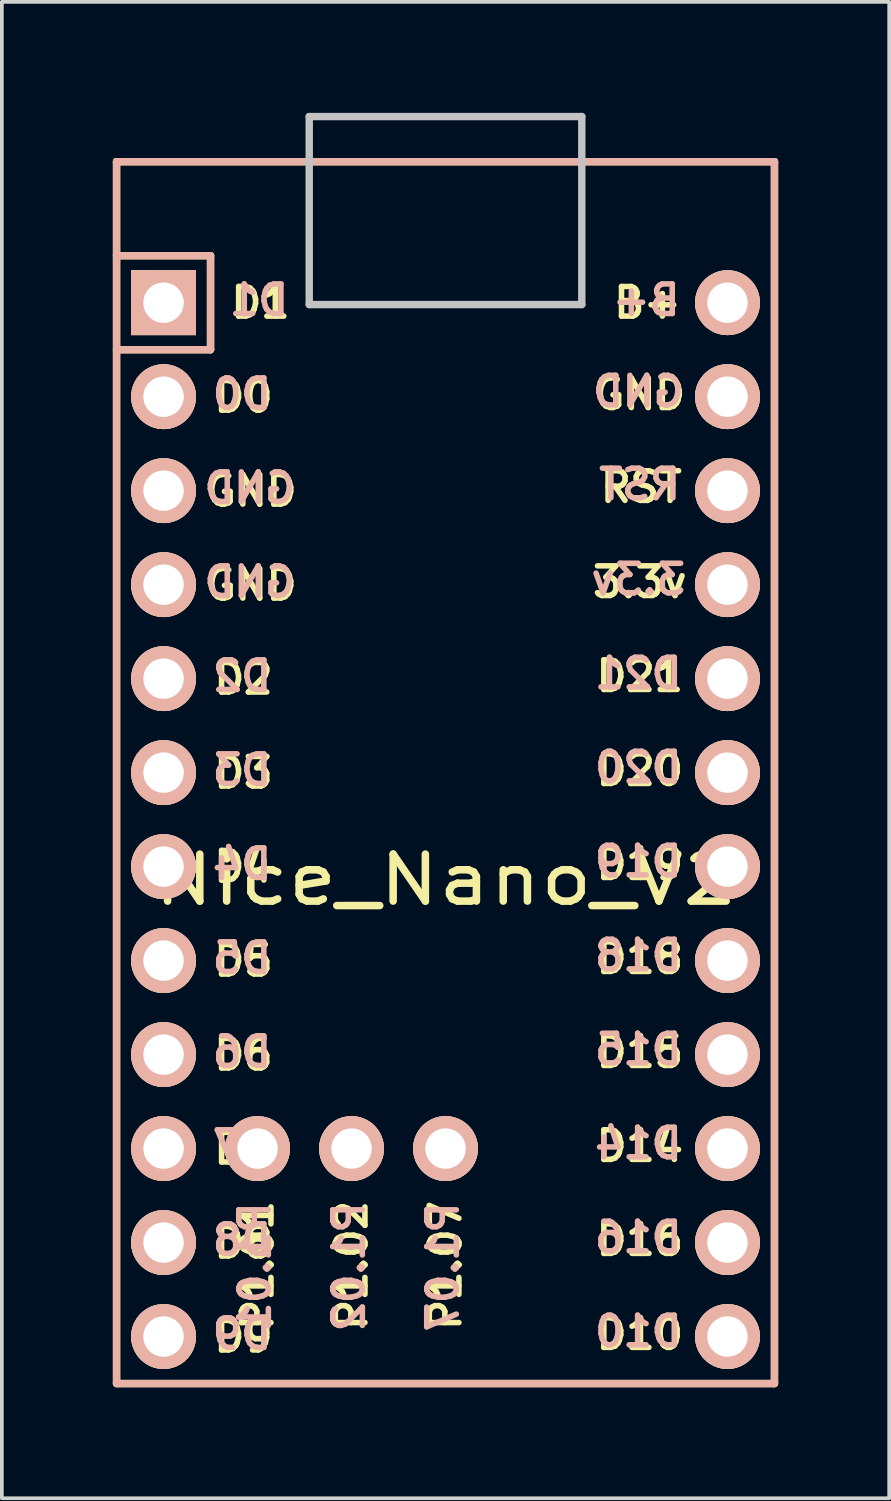
<source format=kicad_pcb>
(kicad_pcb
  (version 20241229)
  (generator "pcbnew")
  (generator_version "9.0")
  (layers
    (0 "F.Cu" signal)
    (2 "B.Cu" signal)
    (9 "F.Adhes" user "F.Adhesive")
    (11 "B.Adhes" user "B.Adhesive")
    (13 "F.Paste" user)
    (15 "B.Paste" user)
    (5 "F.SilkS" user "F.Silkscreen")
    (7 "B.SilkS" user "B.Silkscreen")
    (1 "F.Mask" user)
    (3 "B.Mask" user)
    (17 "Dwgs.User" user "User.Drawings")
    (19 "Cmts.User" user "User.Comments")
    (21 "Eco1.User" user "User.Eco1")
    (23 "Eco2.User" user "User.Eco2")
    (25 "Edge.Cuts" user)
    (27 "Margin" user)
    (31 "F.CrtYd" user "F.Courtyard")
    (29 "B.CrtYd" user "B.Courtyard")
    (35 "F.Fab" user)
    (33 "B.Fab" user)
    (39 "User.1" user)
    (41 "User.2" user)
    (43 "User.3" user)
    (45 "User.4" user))
  (footprint "Nice_Nano_V2"
    (layer "F.Cu")
    (at 8.99 19.1)
    (property "Reference" "Nice_Nano_V2" (at 0 1.625 0) (layer "F.SilkS") (effects (font (size 1.27 1.524) (thickness 0.203))))
    (attr through_hole)
    (fp_line (start -8.89 -17.78) (end -8.89 15.24) (stroke (width 0.2) (type solid)) (layer "F.SilkS"))
    (fp_line (start -8.89 15.24) (end 8.89 15.24) (stroke (width 0.2) (type solid)) (layer "F.SilkS"))
    (fp_line (start -6.35 -15.24) (end -8.89 -15.24) (stroke (width 0.2) (type solid)) (layer "F.SilkS"))
    (fp_line (start -6.35 -15.24) (end -6.35 -12.7) (stroke (width 0.2) (type solid)) (layer "F.SilkS"))
    (fp_line (start -6.35 -12.7) (end -8.89 -12.7) (stroke (width 0.2) (type solid)) (layer "F.SilkS"))
    (fp_line (start 8.89 -17.78) (end -8.89 -17.78) (stroke (width 0.2) (type solid)) (layer "F.SilkS"))
    (fp_line (start 8.89 15.24) (end 8.89 -17.78) (stroke (width 0.2) (type solid)) (layer "F.SilkS"))
    (fp_line (start -8.89 -17.78) (end -8.89 15.24) (stroke (width 0.2) (type solid)) (layer "B.SilkS"))
    (fp_line (start -8.89 15.24) (end 8.89 15.24) (stroke (width 0.2) (type solid)) (layer "B.SilkS"))
    (fp_line (start -6.35 -15.24) (end -8.89 -15.24) (stroke (width 0.2) (type solid)) (layer "B.SilkS"))
    (fp_line (start -6.35 -15.24) (end -6.35 -12.7) (stroke (width 0.2) (type solid)) (layer "B.SilkS"))
    (fp_line (start -6.35 -12.7) (end -8.89 -12.7) (stroke (width 0.2) (type solid)) (layer "B.SilkS"))
    (fp_line (start 8.89 -17.78) (end -8.89 -17.78) (stroke (width 0.2) (type solid)) (layer "B.SilkS"))
    (fp_line (start 8.89 15.24) (end 8.89 -17.78) (stroke (width 0.2) (type solid)) (layer "B.SilkS"))
    (fp_line (start -3.683 -19) (end 3.683 -19) (stroke (width 0.2) (type solid)) (layer "Dwgs.User"))
    (fp_line (start -3.683 -13.92) (end -3.683 -19) (stroke (width 0.2) (type solid)) (layer "Dwgs.User"))
    (fp_line (start 3.683 -19) (end 3.683 -13.92) (stroke (width 0.2) (type solid)) (layer "Dwgs.User"))
    (fp_line (start 3.683 -13.92) (end -3.683 -13.92) (stroke (width 0.2) (type solid)) (layer "Dwgs.User"))
    (fp_text user "D2" (at -5.461 -3.81 0) (layer "F.SilkS") (effects (font (size 0.8 0.8) (thickness 0.15))))
    (fp_text user "P1.07" (at 0 12.049 90) (layer "F.SilkS") (effects (font (size 0.8 0.8) (thickness 0.15))))
    (fp_text user "GND" (at -5.25 -8.89 0) (layer "F.SilkS") (effects (font (size 0.8 0.8) (thickness 0.15))))
    (fp_text user "D0" (at -5.461 -11.43 0) (layer "F.SilkS") (effects (font (size 0.8 0.8) (thickness 0.15))))
    (fp_text user "D3" (at -5.461 -1.27 0) (layer "F.SilkS") (effects (font (size 0.8 0.8) (thickness 0.15))))
    (fp_text user "D7" (at -5.461 8.89 0) (layer "F.SilkS") (effects (font (size 0.8 0.8) (thickness 0.15))))
    (fp_text user "3.3v" (at 5.25 -6.42 0) (layer "F.SilkS") (effects (font (size 0.8 0.8) (thickness 0.15))))
    (fp_text user "D9" (at -5.461 13.97 0) (layer "F.SilkS") (effects (font (size 0.8 0.8) (thickness 0.15))))
    (fp_text user "D14" (at 5.25 8.82 0) (layer "F.SilkS") (effects (font (size 0.8 0.8) (thickness 0.15))))
    (fp_text user "GND" (at -5.25 -6.35 0) (layer "F.SilkS") (effects (font (size 0.8 0.8) (thickness 0.15))))
    (fp_text user "B+" (at 5.461 -13.97 0) (layer "F.SilkS") (effects (font (size 0.8 0.8) (thickness 0.15))))
    (fp_text user "GND" (at 5.25 -11.5 0) (layer "F.SilkS") (effects (font (size 0.8 0.8) (thickness 0.15))))
    (fp_text user "D19" (at 5.25 1.2 0) (layer "F.SilkS") (effects (font (size 0.8 0.8) (thickness 0.15))))
    (fp_text user "D6" (at -5.461 6.35 0) (layer "F.SilkS") (effects (font (size 0.8 0.8) (thickness 0.15))))
    (fp_text user "D8" (at -5.461 11.43 0) (layer "F.SilkS") (effects (font (size 0.8 0.8) (thickness 0.15))))
    (fp_text user "D18" (at 5.25 3.74 0) (layer "F.SilkS") (effects (font (size 0.8 0.8) (thickness 0.15))))
    (fp_text user "D5" (at -5.461 3.81 0) (layer "F.SilkS") (effects (font (size 0.8 0.8) (thickness 0.15))))
    (fp_text user "D16" (at 5.25 11.36 0) (layer "F.SilkS") (effects (font (size 0.8 0.8) (thickness 0.15))))
    (fp_text user "P1.01" (at -5.08 12.049 90) (layer "F.SilkS") (effects (font (size 0.8 0.8) (thickness 0.15))))
    (fp_text user "D20" (at 5.25 -1.34 0) (layer "F.SilkS") (effects (font (size 0.8 0.8) (thickness 0.15))))
    (fp_text user "D1" (at -5 -13.97 0) (layer "F.SilkS") (effects (font (size 0.8 0.8) (thickness 0.15))))
    (fp_text user "P1.02" (at -2.54 12.049 90) (layer "F.SilkS") (effects (font (size 0.8 0.8) (thickness 0.15))))
    (fp_text user "RST" (at 5.289 -8.99 0) (layer "F.SilkS") (effects (font (size 0.8 0.8) (thickness 0.15))))
    (fp_text user "D15" (at 5.25 6.28 0) (layer "F.SilkS") (effects (font (size 0.8 0.8) (thickness 0.15))))
    (fp_text user "D21" (at 5.25 -3.88 0) (layer "F.SilkS") (effects (font (size 0.8 0.8) (thickness 0.15))))
    (fp_text user "D4" (at -5.461 1.27 0) (layer "F.SilkS") (effects (font (size 0.8 0.8) (thickness 0.15))))
    (fp_text user "D10" (at 5.25 13.9 0) (layer "F.SilkS") (effects (font (size 0.8 0.8) (thickness 0.15))))
    (fp_text user "D3" (at -5.5 -1.34 0) (layer "B.SilkS") (effects (font (size 0.8 0.8) (thickness 0.15)) (justify mirror)))
    (fp_text user "D2" (at -5.5 -3.88 0) (layer "B.SilkS") (effects (font (size 0.8 0.8) (thickness 0.15)) (justify mirror)))
    (fp_text user "GND" (at -5.289 -6.42 0) (layer "B.SilkS") (effects (font (size 0.8 0.8) (thickness 0.15)) (justify mirror)))
    (fp_text user "D0" (at -5.5 -11.5 0) (layer "B.SilkS") (effects (font (size 0.8 0.8) (thickness 0.15)) (justify mirror)))
    (fp_text user "D20" (at 5.211 -1.41 0) (layer "B.SilkS") (effects (font (size 0.8 0.8) (thickness 0.15)) (justify mirror)))
    (fp_text user "D10" (at 5.211 13.83 0) (layer "B.SilkS") (effects (font (size 0.8 0.8) (thickness 0.15)) (justify mirror)))
    (fp_text user "B+" (at 5.422 -14.04 0) (layer "B.SilkS") (effects (font (size 0.8 0.8) (thickness 0.15)) (justify mirror)))
    (fp_text user "D14" (at 5.211 8.75 0) (layer "B.SilkS") (effects (font (size 0.8 0.8) (thickness 0.15)) (justify mirror)))
    (fp_text user "3.3v" (at 5.211 -6.49 0) (layer "B.SilkS") (effects (font (size 0.8 0.8) (thickness 0.15)) (justify mirror)))
    (fp_text user "D19" (at 5.211 1.13 0) (layer "B.SilkS") (effects (font (size 0.8 0.8) (thickness 0.15)) (justify mirror)))
    (fp_text user "D1" (at -5.039 -14.04 0) (layer "B.SilkS") (effects (font (size 0.8 0.8) (thickness 0.15)) (justify mirror)))
    (fp_text user "D9" (at -5.5 13.9 0) (layer "B.SilkS") (effects (font (size 0.8 0.8) (thickness 0.15)) (justify mirror)))
    (fp_text user "D4" (at -5.5 1.2 0) (layer "B.SilkS") (effects (font (size 0.8 0.8) (thickness 0.15)) (justify mirror)))
    (fp_text user "D7" (at -5.5 8.82 0) (layer "B.SilkS") (effects (font (size 0.8 0.8) (thickness 0.15)) (justify mirror)))
    (fp_text user "P1.02" (at -2.61 12.088 90) (layer "B.SilkS") (effects (font (size 0.8 0.8) (thickness 0.15)) (justify mirror)))
    (fp_text user "GND" (at -5.289 -8.96 0) (layer "B.SilkS") (effects (font (size 0.8 0.8) (thickness 0.15)) (justify mirror)))
    (fp_text user "D5" (at -5.5 3.74 0) (layer "B.SilkS") (effects (font (size 0.8 0.8) (thickness 0.15)) (justify mirror)))
    (fp_text user "GND" (at 5.211 -11.57 0) (layer "B.SilkS") (effects (font (size 0.8 0.8) (thickness 0.15)) (justify mirror)))
    (fp_text user "RST" (at 5.25 -9.06 0) (layer "B.SilkS") (effects (font (size 0.8 0.8) (thickness 0.15)) (justify mirror)))
    (fp_text user "D8" (at -5.5 11.36 0) (layer "B.SilkS") (effects (font (size 0.8 0.8) (thickness 0.15)) (justify mirror)))
    (fp_text user "D16" (at 5.211 11.29 0) (layer "B.SilkS") (effects (font (size 0.8 0.8) (thickness 0.15)) (justify mirror)))
    (fp_text user "D18" (at 5.211 3.67 0) (layer "B.SilkS") (effects (font (size 0.8 0.8) (thickness 0.15)) (justify mirror)))
    (fp_text user "D6" (at -5.5 6.28 0) (layer "B.SilkS") (effects (font (size 0.8 0.8) (thickness 0.15)) (justify mirror)))
    (fp_text user "P1.07" (at -0.07 12.088 90) (layer "B.SilkS") (effects (font (size 0.8 0.8) (thickness 0.15)) (justify mirror)))
    (fp_text user "P1.01" (at -5.15 12.088 90) (layer "B.SilkS") (effects (font (size 0.8 0.8) (thickness 0.15)) (justify mirror)))
    (fp_text user "D15" (at 5.211 6.21 0) (layer "B.SilkS") (effects (font (size 0.8 0.8) (thickness 0.15)) (justify mirror)))
    (fp_text user "D21" (at 5.211 -3.95 0) (layer "B.SilkS") (effects (font (size 0.8 0.8) (thickness 0.15)) (justify mirror)))
    (pad "1" thru_hole rect (at -7.62 -13.97 270) (size 1.753 1.753) (drill 1.092) (layers "*.Cu" "*.SilkS" "*.Mask"))
    (pad "2" thru_hole circle (at -7.62 -11.43 270) (size 1.753 1.753) (drill 1.092) (layers "*.Cu" "*.SilkS" "*.Mask"))
    (pad "3" thru_hole circle (at -7.62 -8.89 270) (size 1.753 1.753) (drill 1.092) (layers "*.Cu" "*.SilkS" "*.Mask"))
    (pad "4" thru_hole circle (at -7.62 -6.35 270) (size 1.753 1.753) (drill 1.092) (layers "*.Cu" "*.SilkS" "*.Mask"))
    (pad "5" thru_hole circle (at -7.62 -3.81 270) (size 1.753 1.753) (drill 1.092) (layers "*.Cu" "*.SilkS" "*.Mask"))
    (pad "6" thru_hole circle (at -7.62 -1.27 270) (size 1.753 1.753) (drill 1.092) (layers "*.Cu" "*.SilkS" "*.Mask"))
    (pad "7" thru_hole circle (at -7.62 1.27 270) (size 1.753 1.753) (drill 1.092) (layers "*.Cu" "*.SilkS" "*.Mask"))
    (pad "8" thru_hole circle (at -7.62 3.81 270) (size 1.753 1.753) (drill 1.092) (layers "*.Cu" "*.SilkS" "*.Mask"))
    (pad "9" thru_hole circle (at -7.62 6.35 270) (size 1.753 1.753) (drill 1.092) (layers "*.Cu" "*.SilkS" "*.Mask"))
    (pad "10" thru_hole circle (at -7.62 8.89 270) (size 1.753 1.753) (drill 1.092) (layers "*.Cu" "*.SilkS" "*.Mask"))
    (pad "11" thru_hole circle (at -7.62 11.43 270) (size 1.753 1.753) (drill 1.092) (layers "*.Cu" "*.SilkS" "*.Mask"))
    (pad "12" thru_hole circle (at -7.62 13.97 270) (size 1.753 1.753) (drill 1.092) (layers "*.Cu" "*.SilkS" "*.Mask"))
    (pad "13" thru_hole circle (at 7.62 13.97 270) (size 1.753 1.753) (drill 1.092) (layers "*.Cu" "*.SilkS" "*.Mask"))
    (pad "14" thru_hole circle (at 7.62 11.43 270) (size 1.753 1.753) (drill 1.092) (layers "*.Cu" "*.SilkS" "*.Mask"))
    (pad "15" thru_hole circle (at 7.62 8.89 270) (size 1.753 1.753) (drill 1.092) (layers "*.Cu" "*.SilkS" "*.Mask"))
    (pad "16" thru_hole circle (at 7.62 6.35 270) (size 1.753 1.753) (drill 1.092) (layers "*.Cu" "*.SilkS" "*.Mask"))
    (pad "17" thru_hole circle (at 7.62 3.81 270) (size 1.753 1.753) (drill 1.092) (layers "*.Cu" "*.SilkS" "*.Mask"))
    (pad "18" thru_hole circle (at 7.62 1.27 270) (size 1.753 1.753) (drill 1.092) (layers "*.Cu" "*.SilkS" "*.Mask"))
    (pad "19" thru_hole circle (at 7.62 -1.27 270) (size 1.753 1.753) (drill 1.092) (layers "*.Cu" "*.SilkS" "*.Mask"))
    (pad "20" thru_hole circle (at 7.62 -3.81 270) (size 1.753 1.753) (drill 1.092) (layers "*.Cu" "*.SilkS" "*.Mask"))
    (pad "21" thru_hole circle (at 7.62 -6.35 270) (size 1.753 1.753) (drill 1.092) (layers "*.Cu" "*.SilkS" "*.Mask"))
    (pad "22" thru_hole circle (at 7.62 -8.89 270) (size 1.753 1.753) (drill 1.092) (layers "*.Cu" "*.SilkS" "*.Mask"))
    (pad "23" thru_hole circle (at 7.62 -11.43 270) (size 1.753 1.753) (drill 1.092) (layers "*.Cu" "*.SilkS" "*.Mask"))
    (pad "24" thru_hole circle (at 7.62 -13.97 270) (size 1.753 1.753) (drill 1.092) (layers "*.Cu" "*.SilkS" "*.Mask"))
    (pad "25" thru_hole circle (at -5.08 8.89) (size 1.753 1.753) (drill 1.092) (layers "*.Cu" "*.SilkS" "*.Mask"))
    (pad "26" thru_hole circle (at -2.54 8.89) (size 1.753 1.753) (drill 1.092) (layers "*.Cu" "*.SilkS" "*.Mask"))
    (pad "27" thru_hole circle (at 0 8.89) (size 1.753 1.753) (drill 1.092) (layers "*.Cu" "*.SilkS" "*.Mask")))
  (gr_rect
    (start -3 -3)
    (end 20.98 37.44)
    (stroke (width 0.1) (type default))
    (fill no)
    (layer "Edge.Cuts")))
</source>
